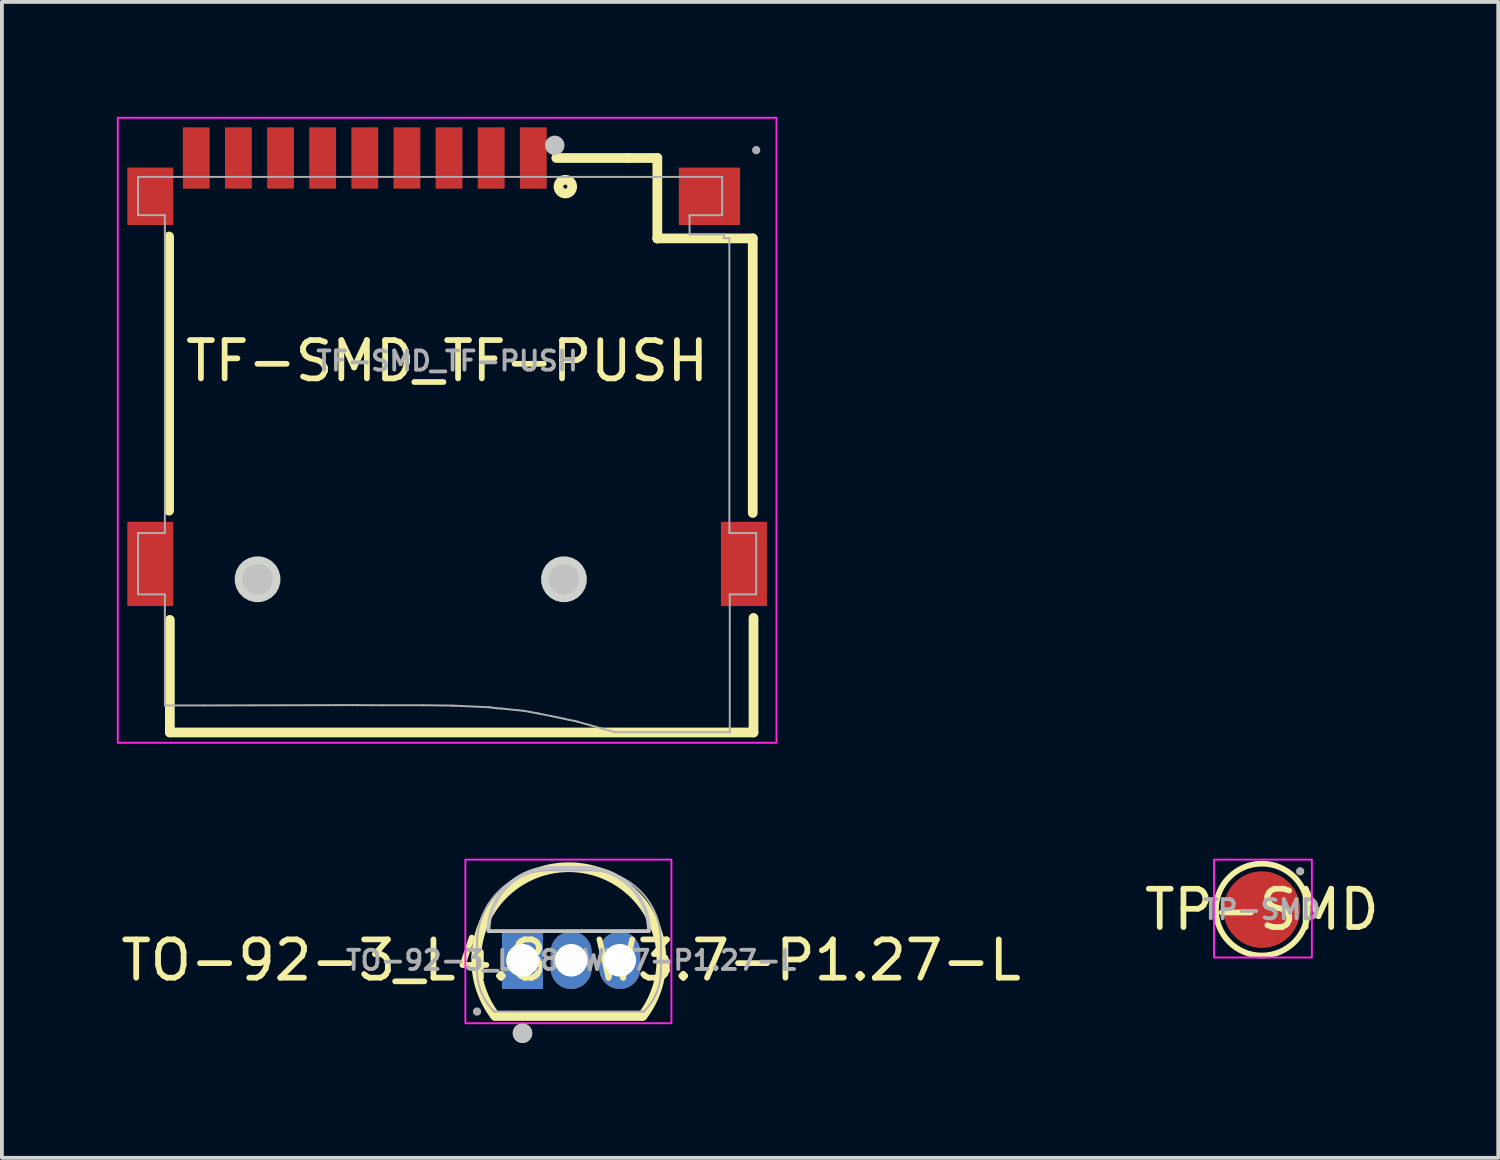
<source format=kicad_pcb>
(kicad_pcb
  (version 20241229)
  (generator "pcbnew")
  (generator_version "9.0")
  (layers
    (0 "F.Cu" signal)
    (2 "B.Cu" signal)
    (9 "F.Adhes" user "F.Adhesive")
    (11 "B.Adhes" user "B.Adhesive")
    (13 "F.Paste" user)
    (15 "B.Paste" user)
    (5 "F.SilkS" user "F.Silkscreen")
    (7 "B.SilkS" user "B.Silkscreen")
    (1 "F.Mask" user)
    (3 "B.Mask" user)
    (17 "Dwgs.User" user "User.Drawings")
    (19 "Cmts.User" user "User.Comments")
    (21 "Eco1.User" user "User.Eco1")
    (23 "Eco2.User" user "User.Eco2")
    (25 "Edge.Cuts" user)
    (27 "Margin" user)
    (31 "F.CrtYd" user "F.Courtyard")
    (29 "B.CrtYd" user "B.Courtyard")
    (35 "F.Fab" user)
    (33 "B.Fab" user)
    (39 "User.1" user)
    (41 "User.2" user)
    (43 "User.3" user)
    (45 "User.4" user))
  (footprint "TF-SMD_TF-PUSH"
    (layer "F.Cu")
    (at 8.625 6.375)
    (property "Reference" "TF-SMD_TF-PUSH" (at 0 0 0) (layer "F.SilkS") (effects (font (size 1 1) (thickness 0.15))))
    (fp_line (start -7.26 -3.25) (end -7.26 3.91) (stroke (width 0.254) (type default)) (layer "F.SilkS"))
    (fp_line (start -7.24 9.7) (end -7.24 6.76) (stroke (width 0.254) (type default)) (layer "F.SilkS"))
    (fp_line (start -7.24 9.7) (end 8 9.7) (stroke (width 0.254) (type default)) (layer "F.SilkS"))
    (fp_line (start 4.702 -5.3) (end 2.85 -5.3) (stroke (width 0.254) (type default)) (layer "F.SilkS"))
    (fp_line (start 4.702 -5.3) (end 5.489 -5.3) (stroke (width 0.254) (type default)) (layer "F.SilkS"))
    (fp_line (start 5.489 -5.3) (end 5.489 -3.199) (stroke (width 0.254) (type default)) (layer "F.SilkS"))
    (fp_line (start 5.489 -3.199) (end 5.5 -3.2) (stroke (width 0.254) (type default)) (layer "F.SilkS"))
    (fp_line (start 7.98 -3.2) (end 5.49 -3.2) (stroke (width 0.254) (type default)) (layer "F.SilkS"))
    (fp_line (start 7.98 3.969) (end 7.98 -3.2) (stroke (width 0.254) (type default)) (layer "F.SilkS"))
    (fp_line (start 8 9.7) (end 8 6.71) (stroke (width 0.254) (type default)) (layer "F.SilkS"))
    (fp_circle (center 3.087 -4.552) (end 3.139 -4.552) (stroke (width 0.254) (type default)) (fill no) (layer "F.SilkS"))
    (fp_circle (center -4.95 5.7) (end -4.75 5.7) (stroke (width 0.4) (type default)) (fill no) (layer "Dwgs.User"))
    (fp_circle (center 2.81 -5.63) (end 2.937 -5.63) (stroke (width 0.254) (type default)) (fill no) (layer "Dwgs.User"))
    (fp_circle (center 3.05 5.7) (end 3.25 5.7) (stroke (width 0.4) (type default)) (fill no) (layer "Dwgs.User"))
    (fp_poly (pts (xy -4.355 5.622) (xy -4.396 5.47) (xy -4.474 5.335) (xy -4.585 5.224) (xy -4.72 5.146) (xy -4.872 5.105) (xy -5.028 5.105) (xy -5.18 5.146) (xy -5.315 5.224) (xy -5.426 5.335) (xy -5.504 5.47) (xy -5.545 5.622) (xy -5.545 5.778) (xy -5.504 5.93) (xy -5.426 6.065) (xy -5.315 6.176) (xy -5.18 6.254) (xy -5.028 6.295) (xy -4.872 6.295) (xy -4.72 6.254) (xy -4.585 6.176) (xy -4.474 6.065) (xy -4.396 5.93) (xy -4.355 5.778)) (stroke (width 0) (type default)) (fill yes) (layer "Edge.Cuts"))
    (fp_poly (pts (xy 3.645 5.622) (xy 3.604 5.47) (xy 3.526 5.335) (xy 3.415 5.224) (xy 3.28 5.146) (xy 3.128 5.105) (xy 2.972 5.105) (xy 2.82 5.146) (xy 2.685 5.224) (xy 2.574 5.335) (xy 2.496 5.47) (xy 2.455 5.622) (xy 2.455 5.778) (xy 2.496 5.93) (xy 2.574 6.065) (xy 2.685 6.176) (xy 2.82 6.254) (xy 2.972 6.295) (xy 3.128 6.295) (xy 3.28 6.254) (xy 3.415 6.176) (xy 3.526 6.065) (xy 3.604 5.93) (xy 3.645 5.778)) (stroke (width 0) (type default)) (fill yes) (layer "Edge.Cuts"))
    (fp_rect (start -8.6 -6.35) (end 8.6 9.97) (stroke (width 0.05) (type default)) (fill no) (layer "F.CrtYd"))
    (fp_line (start -8.07 -4.806) (end 7.181 -4.806) (stroke (width 0.051) (type default)) (layer "F.Fab"))
    (fp_line (start -8.07 -4.806) (end -8.07 -4.806) (stroke (width 0.051) (type default)) (layer "F.Fab"))
    (fp_line (start -8.07 -3.807) (end -8.07 -4.806) (stroke (width 0.051) (type default)) (layer "F.Fab"))
    (fp_line (start -8.07 6.094) (end -8.069 4.494) (stroke (width 0.051) (type default)) (layer "F.Fab"))
    (fp_line (start -8.069 4.494) (end -7.37 4.494) (stroke (width 0.051) (type default)) (layer "F.Fab"))
    (fp_line (start -7.37 -3.806) (end -8.07 -3.807) (stroke (width 0.051) (type default)) (layer "F.Fab"))
    (fp_line (start -7.37 4.494) (end -7.37 -3.806) (stroke (width 0.051) (type default)) (layer "F.Fab"))
    (fp_line (start -7.37 6.095) (end -8.07 6.094) (stroke (width 0.051) (type default)) (layer "F.Fab"))
    (fp_line (start -7.37 8.994) (end -7.37 6.095) (stroke (width 0.051) (type default)) (layer "F.Fab"))
    (fp_line (start -6.352 8.995) (end -7.37 8.994) (stroke (width 0.051) (type default)) (layer "F.Fab"))
    (fp_line (start -2.476 8.986) (end -6.352 8.995) (stroke (width 0.051) (type default)) (layer "F.Fab"))
    (fp_line (start -1.695 8.99) (end -2.476 8.986) (stroke (width 0.051) (type default)) (layer "F.Fab"))
    (fp_line (start -0.647 8.989) (end -1.695 8.99) (stroke (width 0.051) (type default)) (layer "F.Fab"))
    (fp_line (start 0.139 8.999) (end -0.647 8.989) (stroke (width 0.051) (type default)) (layer "F.Fab"))
    (fp_line (start 0.232 9.003) (end 0.139 8.999) (stroke (width 0.051) (type default)) (layer "F.Fab"))
    (fp_line (start 1.091 9.042) (end 0.232 9.003) (stroke (width 0.051) (type default)) (layer "F.Fab"))
    (fp_line (start 1.163 9.05) (end 1.091 9.042) (stroke (width 0.051) (type default)) (layer "F.Fab"))
    (fp_line (start 1.308 9.069) (end 1.163 9.05) (stroke (width 0.051) (type default)) (layer "F.Fab"))
    (fp_line (start 1.414 9.075) (end 1.308 9.069) (stroke (width 0.051) (type default)) (layer "F.Fab"))
    (fp_line (start 1.841 9.12) (end 1.414 9.075) (stroke (width 0.051) (type default)) (layer "F.Fab"))
    (fp_line (start 2.011 9.136) (end 1.841 9.12) (stroke (width 0.051) (type default)) (layer "F.Fab"))
    (fp_line (start 2.38 9.204) (end 2.011 9.136) (stroke (width 0.051) (type default)) (layer "F.Fab"))
    (fp_line (start 3.048 9.341) (end 2.38 9.204) (stroke (width 0.051) (type default)) (layer "F.Fab"))
    (fp_line (start 3.176 9.37) (end 3.048 9.341) (stroke (width 0.051) (type default)) (layer "F.Fab"))
    (fp_line (start 3.348 9.403) (end 3.176 9.37) (stroke (width 0.051) (type default)) (layer "F.Fab"))
    (fp_line (start 3.412 9.421) (end 3.348 9.403) (stroke (width 0.051) (type default)) (layer "F.Fab"))
    (fp_line (start 3.876 9.552) (end 3.412 9.421) (stroke (width 0.051) (type default)) (layer "F.Fab"))
    (fp_line (start 4.141 9.627) (end 3.876 9.552) (stroke (width 0.051) (type default)) (layer "F.Fab"))
    (fp_line (start 4.388 9.695) (end 4.141 9.627) (stroke (width 0.051) (type default)) (layer "F.Fab"))
    (fp_line (start 4.389 9.694) (end 4.388 9.695) (stroke (width 0.051) (type default)) (layer "F.Fab"))
    (fp_line (start 6.33 -3.806) (end 6.33 -3.305) (stroke (width 0.051) (type default)) (layer "F.Fab"))
    (fp_line (start 6.33 -3.305) (end 7.229 -3.305) (stroke (width 0.051) (type default)) (layer "F.Fab"))
    (fp_line (start 7.181 -4.806) (end 7.181 -4.806) (stroke (width 0.051) (type default)) (layer "F.Fab"))
    (fp_line (start 7.181 -4.806) (end 7.181 -3.807) (stroke (width 0.051) (type default)) (layer "F.Fab"))
    (fp_line (start 7.181 -3.807) (end 7.181 -3.806) (stroke (width 0.051) (type default)) (layer "F.Fab"))
    (fp_line (start 7.181 -3.806) (end 6.33 -3.806) (stroke (width 0.051) (type default)) (layer "F.Fab"))
    (fp_line (start 7.229 -3.305) (end 7.229 -3.206) (stroke (width 0.051) (type default)) (layer "F.Fab"))
    (fp_line (start 7.229 -3.206) (end 7.37 -3.206) (stroke (width 0.051) (type default)) (layer "F.Fab"))
    (fp_line (start 7.37 -3.206) (end 7.37 4.494) (stroke (width 0.051) (type default)) (layer "F.Fab"))
    (fp_line (start 7.37 4.494) (end 8.069 4.494) (stroke (width 0.051) (type default)) (layer "F.Fab"))
    (fp_line (start 7.38 9.694) (end 4.389 9.694) (stroke (width 0.051) (type default)) (layer "F.Fab"))
    (fp_line (start 7.38 6.094) (end 7.38 9.693) (stroke (width 0.051) (type default)) (layer "F.Fab"))
    (fp_line (start 7.38 9.693) (end 7.38 9.694) (stroke (width 0.051) (type default)) (layer "F.Fab"))
    (fp_line (start 8.069 4.494) (end 8.07 4.495) (stroke (width 0.051) (type default)) (layer "F.Fab"))
    (fp_line (start 8.069 6.094) (end 7.38 6.094) (stroke (width 0.051) (type default)) (layer "F.Fab"))
    (fp_line (start 8.07 4.495) (end 8.07 6.093) (stroke (width 0.051) (type default)) (layer "F.Fab"))
    (fp_line (start 8.07 6.093) (end 8.069 6.094) (stroke (width 0.051) (type default)) (layer "F.Fab"))
    (fp_poly (pts (xy 8.125 -5.528) (xy 8.093 -5.56) (xy 8.047 -5.56) (xy 8.015 -5.528) (xy 8.015 -5.482) (xy 8.047 -5.45) (xy 8.093 -5.45) (xy 8.125 -5.482)) (stroke (width 0.1) (type default)) (fill no) (layer "F.Fab"))
    (fp_poly (pts (xy -6.7 -5.505) (xy -6.4 -5.505) (xy -6.4 -4.805) (xy -6.7 -4.805)) (stroke (width 0.1) (type default)) (fill no) (layer "User.1"))
    (fp_poly (pts (xy -5.6 -5.505) (xy -5.3 -5.505) (xy -5.3 -4.805) (xy -5.6 -4.805)) (stroke (width 0.1) (type default)) (fill no) (layer "User.1"))
    (fp_poly (pts (xy -4.5 -5.505) (xy -4.2 -5.505) (xy -4.2 -4.805) (xy -4.5 -4.805)) (stroke (width 0.1) (type default)) (fill no) (layer "User.1"))
    (fp_poly (pts (xy -3.4 -5.505) (xy -3.1 -5.505) (xy -3.1 -4.805) (xy -3.4 -4.805)) (stroke (width 0.1) (type default)) (fill no) (layer "User.1"))
    (fp_poly (pts (xy -2.3 -5.505) (xy -2 -5.505) (xy -2 -4.805) (xy -2.3 -4.805)) (stroke (width 0.1) (type default)) (fill no) (layer "User.1"))
    (fp_poly (pts (xy -1.2 -5.505) (xy -0.9 -5.505) (xy -0.9 -4.805) (xy -1.2 -4.805)) (stroke (width 0.1) (type default)) (fill no) (layer "User.1"))
    (fp_poly (pts (xy -0.1 -5.505) (xy 0.2 -5.505) (xy 0.2 -4.805) (xy -0.1 -4.805)) (stroke (width 0.1) (type default)) (fill no) (layer "User.1"))
    (fp_poly (pts (xy 1 -5.505) (xy 1.3 -5.505) (xy 1.3 -4.805) (xy 1 -4.805)) (stroke (width 0.1) (type default)) (fill no) (layer "User.1"))
    (fp_poly (pts (xy 2.1 -5.505) (xy 2.4 -5.505) (xy 2.4 -4.805) (xy 2.1 -4.805)) (stroke (width 0.1) (type default)) (fill no) (layer "User.1"))
    (fp_poly (pts (xy -7.369 6.094) (xy -7.37 4.495) (xy -8.069 4.495) (xy -8.069 6.093) (xy -8.008 6.093)) (stroke (width 0.1) (type default)) (fill no) (layer "User.1"))
    (fp_poly (pts (xy 8.069 6.091) (xy 8.069 4.492) (xy 7.369 4.492) (xy 7.369 6.091) (xy 7.429 6.091)) (stroke (width 0.1) (type default)) (fill no) (layer "User.1"))
    (fp_poly (pts (xy -7.37 -3.806) (xy -8.069 -3.806) (xy -8.07 -4.806) (xy -7.383 -4.806) (xy -7.381 -4.805) (xy -7.384 -4.497)) (stroke (width 0.1) (type default)) (fill no) (layer "User.1"))
    (fp_poly (pts (xy 6.481 -3.805) (xy 7.181 -3.805) (xy 7.181 -4.804) (xy 6.494 -4.805) (xy 6.47 -4.806) (xy 6.472 -4.752) (xy 6.473 -4.671) (xy 6.474 -4.498)) (stroke (width 0.1) (type default)) (fill no) (layer "User.1"))
    (fp_text user "${REFERENCE}" (at 0 0 0) (layer "F.Fab") (effects (font (size 0.5 0.5) (thickness 0.1))))
    (pad "1" smd rect (at 2.25 -5.3) (size 0.7 1.6) (layers "F.Cu" "F.Mask" "F.Paste"))
    (pad "2" smd rect (at 1.15 -5.3) (size 0.7 1.6) (layers "F.Cu" "F.Mask" "F.Paste"))
    (pad "3" smd rect (at 0.05 -5.3) (size 0.7 1.6) (layers "F.Cu" "F.Mask" "F.Paste"))
    (pad "4" smd rect (at -1.05 -5.3) (size 0.7 1.6) (layers "F.Cu" "F.Mask" "F.Paste"))
    (pad "5" smd rect (at -2.15 -5.3) (size 0.7 1.6) (layers "F.Cu" "F.Mask" "F.Paste"))
    (pad "6" smd rect (at -3.25 -5.3) (size 0.7 1.6) (layers "F.Cu" "F.Mask" "F.Paste"))
    (pad "7" smd rect (at -4.35 -5.3) (size 0.7 1.6) (layers "F.Cu" "F.Mask" "F.Paste"))
    (pad "8" smd rect (at -5.45 -5.3) (size 0.7 1.6) (layers "F.Cu" "F.Mask" "F.Paste"))
    (pad "10" smd rect (at -7.75 -4.3) (size 1.2 1.5) (layers "F.Cu" "F.Mask" "F.Paste"))
    (pad "11" smd rect (at -7.75 5.3) (size 1.2 2.2) (layers "F.Cu" "F.Mask" "F.Paste"))
    (pad "12" smd rect (at 7.75 5.3) (size 1.2 2.2) (layers "F.Cu" "F.Mask" "F.Paste"))
    (pad "13" smd rect (at 6.85 -4.3) (size 1.6 1.5) (layers "F.Cu" "F.Mask" "F.Paste"))
    (pad "CD" smd rect (at -6.55 -5.3) (size 0.7 1.6) (layers "F.Cu" "F.Mask" "F.Paste")))
  (footprint "TO-92-3_L4.8-W3.7-P1.27-L"
    (layer "F.Cu")
    (at 11.863 22.024)
    (property "Reference" "TO-92-3_L4.8-W3.7-P1.27-L" (at 0 0 0) (layer "F.SilkS") (effects (font (size 1 1) (thickness 0.15))))
    (fp_line (start -1.98 1.455) (end 1.86 1.455) (stroke (width 0.254) (type default)) (layer "F.SilkS"))
    (fp_arc (start -1.9905 1.445) (mid -0.059849 -2.42981) (end 1.87 1.445) (stroke (width 0.254) (type default)) (layer "F.SilkS"))
    (fp_circle (center -1.27 1.905) (end -1.143 1.905) (stroke (width 0.254) (type default)) (fill no) (layer "F.SilkS"))
    (fp_circle (center -1.27 1.905) (end -1.143 1.905) (stroke (width 0.254) (type default)) (fill no) (layer "Dwgs.User"))
    (fp_poly (pts (xy 0 -2.413) (arc (start 0.381 -2.413) (mid 1.548433 -1.929433) (end 2.032 -0.762)) (arc (start -2.159 -0.762) (mid -1.675433 -1.929433) (end -0.508 -2.413))) (stroke (width 0.1) (type default)) (fill no) (layer "Dwgs.User"))
    (fp_rect (start -2.762 -2.628) (end 2.618 1.644) (stroke (width 0.05) (type default)) (fill no) (layer "F.CrtYd"))
    (fp_line (start -2.457 0.281) (end -2.457 -0.443) (stroke (width 0.051) (type default)) (layer "F.Fab"))
    (fp_line (start -2.007 1.339) (end -2.026 1.32) (stroke (width 0.051) (type default)) (layer "F.Fab"))
    (fp_line (start -0.546 -2.353) (end -0.051 -2.35) (stroke (width 0.051) (type default)) (layer "F.Fab"))
    (fp_line (start -0.051 -2.35) (end 0.498 -2.35) (stroke (width 0.051) (type default)) (layer "F.Fab"))
    (fp_line (start 1.893 1.339) (end -2.007 1.339) (stroke (width 0.051) (type default)) (layer "F.Fab"))
    (fp_line (start 2.342 -0.506) (end 2.342 0.287) (stroke (width 0.051) (type default)) (layer "F.Fab"))
    (fp_arc (start -2.4565 -0.443) (mid -1.897074 -1.793574) (end -0.5465 -2.353) (stroke (width 0.051) (type default)) (layer "F.Fab"))
    (fp_arc (start -2.026 1.32) (mid -2.344366 0.843532) (end -2.4565 0.2815) (stroke (width 0.051) (type default)) (layer "F.Fab"))
    (fp_arc (start 0.4985 -2.35) (mid 1.802051 -1.810051) (end 2.342 -0.5065) (stroke (width 0.051) (type default)) (layer "F.Fab"))
    (fp_arc (start 1.9095 1.332) (mid 1.90193 1.337058) (end 1.893 1.3385) (stroke (width 0.051) (type default)) (layer "F.Fab"))
    (fp_arc (start 2.342 0.287) (mid 2.229532 0.852415) (end 1.9095 1.332) (stroke (width 0.051) (type default)) (layer "F.Fab"))
    (fp_poly (pts (xy -2.401 1.316) (xy -2.434 1.283) (xy -2.479 1.283) (xy -2.512 1.316) (xy -2.512 1.361) (xy -2.479 1.394) (xy -2.434 1.394) (xy -2.401 1.361)) (stroke (width 0.1) (type default)) (fill no) (layer "F.Fab"))
    (fp_poly (pts (xy -1.502 0.195) (xy -1.502 -0.195) (xy -1.038 -0.195) (xy -1.038 0.195)) (stroke (width 0.1) (type default)) (fill no) (layer "User.1"))
    (fp_poly (pts (xy -0.233 0.195) (xy -0.233 -0.195) (xy 0.233 -0.195) (xy 0.233 0.195)) (stroke (width 0.1) (type default)) (fill no) (layer "User.1"))
    (fp_poly (pts (xy 1.038 0.195) (xy 1.038 -0.195) (xy 1.502 -0.195) (xy 1.502 0.195)) (stroke (width 0.1) (type default)) (fill no) (layer "User.1"))
    (fp_text user "${REFERENCE}" (at 0 0 0) (layer "F.Fab") (effects (font (size 0.5 0.5) (thickness 0.1))))
    (pad "1" thru_hole rect (at -1.27 0) (size 1.07 1.5) (drill 0.85) (layers "*.Cu" "*.Mask"))
    (pad "2" thru_hole oval (at 0 0) (size 1.07 1.5) (drill 0.85) (layers "*.Cu" "*.Mask"))
    (pad "3" thru_hole oval (at 1.27 0) (size 1.07 1.5) (drill 0.85) (layers "*.Cu" "*.Mask")))
  (footprint "TP-SMD"
    (layer "F.Cu")
    (at 29.899 20.701)
    (property "Reference" "TP-SMD" (at 0 0 0) (layer "F.SilkS") (effects (font (size 1 1) (thickness 0.15))))
    (fp_circle (center 0 0) (end 1.2 0) (stroke (width 0.15) (type default)) (fill no) (layer "F.SilkS"))
    (fp_rect (start -1.25 -1.305) (end 1.305 1.25) (stroke (width 0.05) (type default)) (fill no) (layer "F.CrtYd"))
    (fp_poly (pts (xy 1.055 -1.023) (xy 1.023 -1.055) (xy 0.977 -1.055) (xy 0.945 -1.023) (xy 0.945 -0.977) (xy 0.977 -0.945) (xy 1.023 -0.945) (xy 1.055 -0.977)) (stroke (width 0.1) (type default)) (fill no) (layer "F.Fab"))
    (fp_text user "${REFERENCE}" (at 0 0 0) (layer "F.Fab") (effects (font (size 0.5 0.5) (thickness 0.1))))
    (pad "1" smd circle (at 0 0) (size 2 2) (layers "F.Cu" "F.Mask" "F.Paste")))
  (gr_rect
    (start -3 -3)
    (end 36.071 27.183)
    (stroke (width 0.1) (type default))
    (fill no)
    (layer "Edge.Cuts")))
</source>
